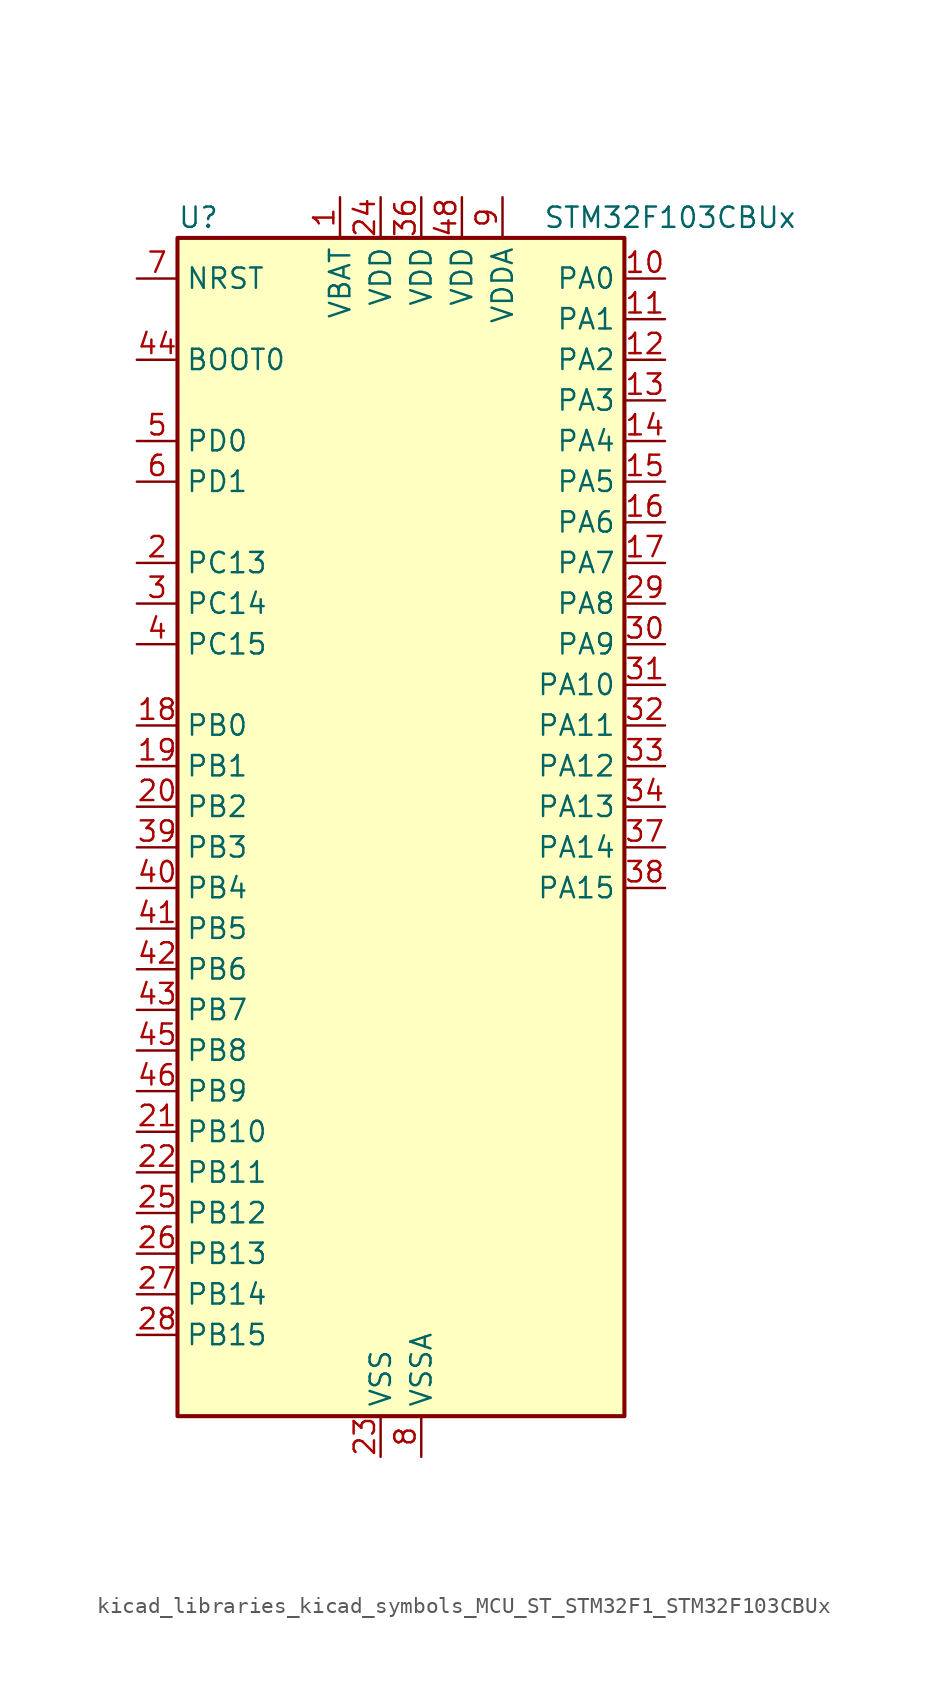
<source format=kicad_sym>
(kicad_symbol_lib
  (version 20220914)
  (generator kicad_symbol_editor)
  (symbol "kicad_libraries_kicad_symbols_MCU_ST_STM32F1_STM32F103CBUx"
    (property "Reference" "U"
      (at -12.7 39.37 0)
      (effects (font (size 1.27 1.27)) (justify left)))
    (property "Value" "STM32F103CBUx"
      (at 10.16 39.37 0)
      (effects (font (size 1.27 1.27)) (justify left)))
    (property "ki_locked" ""
      (at 0 0 0)
      (effects (font (size 1.27 1.27))))
    (symbol "kicad_libraries_kicad_symbols_MCU_ST_STM32F1_STM32F103CBUx_0_1"
      (rectangle (start -12.7 -35.56) (end 15.24 38.1) (stroke (width 0.254) (type default)) (fill (type background))))
    (symbol "kicad_libraries_kicad_symbols_MCU_ST_STM32F1_STM32F103CBUx_1_1"
      (pin power_in line (at -2.54 40.64 270) (length 2.54) (name "VBAT" (effects (font (size 1.27 1.27)))) (number "1" (effects (font (size 1.27 1.27)))))
      (pin bidirectional line (at 17.78 35.56 180) (length 2.54) (name "PA0" (effects (font (size 1.27 1.27)))) (number "10" (effects (font (size 1.27 1.27)))) (alternate "ADC1_IN0" bidirectional line) (alternate "ADC2_IN0" bidirectional line) (alternate "SYS_WKUP" bidirectional line) (alternate "TIM2_CH1" bidirectional line) (alternate "TIM2_ETR" bidirectional line) (alternate "USART2_CTS" bidirectional line))
      (pin bidirectional line (at 17.78 33.02 180) (length 2.54) (name "PA1" (effects (font (size 1.27 1.27)))) (number "11" (effects (font (size 1.27 1.27)))) (alternate "ADC1_IN1" bidirectional line) (alternate "ADC2_IN1" bidirectional line) (alternate "TIM2_CH2" bidirectional line) (alternate "USART2_RTS" bidirectional line))
      (pin bidirectional line (at 17.78 30.48 180) (length 2.54) (name "PA2" (effects (font (size 1.27 1.27)))) (number "12" (effects (font (size 1.27 1.27)))) (alternate "ADC1_IN2" bidirectional line) (alternate "ADC2_IN2" bidirectional line) (alternate "TIM2_CH3" bidirectional line) (alternate "USART2_TX" bidirectional line))
      (pin bidirectional line (at 17.78 27.94 180) (length 2.54) (name "PA3" (effects (font (size 1.27 1.27)))) (number "13" (effects (font (size 1.27 1.27)))) (alternate "ADC1_IN3" bidirectional line) (alternate "ADC2_IN3" bidirectional line) (alternate "TIM2_CH4" bidirectional line) (alternate "USART2_RX" bidirectional line))
      (pin bidirectional line (at 17.78 25.4 180) (length 2.54) (name "PA4" (effects (font (size 1.27 1.27)))) (number "14" (effects (font (size 1.27 1.27)))) (alternate "ADC1_IN4" bidirectional line) (alternate "ADC2_IN4" bidirectional line) (alternate "SPI1_NSS" bidirectional line) (alternate "USART2_CK" bidirectional line))
      (pin bidirectional line (at 17.78 22.86 180) (length 2.54) (name "PA5" (effects (font (size 1.27 1.27)))) (number "15" (effects (font (size 1.27 1.27)))) (alternate "ADC1_IN5" bidirectional line) (alternate "ADC2_IN5" bidirectional line) (alternate "SPI1_SCK" bidirectional line))
      (pin bidirectional line (at 17.78 20.32 180) (length 2.54) (name "PA6" (effects (font (size 1.27 1.27)))) (number "16" (effects (font (size 1.27 1.27)))) (alternate "ADC1_IN6" bidirectional line) (alternate "ADC2_IN6" bidirectional line) (alternate "SPI1_MISO" bidirectional line) (alternate "TIM1_BKIN" bidirectional line) (alternate "TIM3_CH1" bidirectional line))
      (pin bidirectional line (at 17.78 17.78 180) (length 2.54) (name "PA7" (effects (font (size 1.27 1.27)))) (number "17" (effects (font (size 1.27 1.27)))) (alternate "ADC1_IN7" bidirectional line) (alternate "ADC2_IN7" bidirectional line) (alternate "SPI1_MOSI" bidirectional line) (alternate "TIM1_CH1N" bidirectional line) (alternate "TIM3_CH2" bidirectional line))
      (pin bidirectional line (at -15.24 7.62 0) (length 2.54) (name "PB0" (effects (font (size 1.27 1.27)))) (number "18" (effects (font (size 1.27 1.27)))) (alternate "ADC1_IN8" bidirectional line) (alternate "ADC2_IN8" bidirectional line) (alternate "TIM1_CH2N" bidirectional line) (alternate "TIM3_CH3" bidirectional line))
      (pin bidirectional line (at -15.24 5.08 0) (length 2.54) (name "PB1" (effects (font (size 1.27 1.27)))) (number "19" (effects (font (size 1.27 1.27)))) (alternate "ADC1_IN9" bidirectional line) (alternate "ADC2_IN9" bidirectional line) (alternate "TIM1_CH3N" bidirectional line) (alternate "TIM3_CH4" bidirectional line))
      (pin bidirectional line (at -15.24 17.78 0) (length 2.54) (name "PC13" (effects (font (size 1.27 1.27)))) (number "2" (effects (font (size 1.27 1.27)))) (alternate "RTC_OUT" bidirectional line) (alternate "RTC_TAMPER" bidirectional line))
      (pin bidirectional line (at -15.24 2.54 0) (length 2.54) (name "PB2" (effects (font (size 1.27 1.27)))) (number "20" (effects (font (size 1.27 1.27)))))
      (pin bidirectional line (at -15.24 -17.78 0) (length 2.54) (name "PB10" (effects (font (size 1.27 1.27)))) (number "21" (effects (font (size 1.27 1.27)))) (alternate "I2C2_SCL" bidirectional line) (alternate "TIM2_CH3" bidirectional line) (alternate "USART3_TX" bidirectional line))
      (pin bidirectional line (at -15.24 -20.32 0) (length 2.54) (name "PB11" (effects (font (size 1.27 1.27)))) (number "22" (effects (font (size 1.27 1.27)))) (alternate "ADC1_EXTI11" bidirectional line) (alternate "ADC2_EXTI11" bidirectional line) (alternate "I2C2_SDA" bidirectional line) (alternate "TIM2_CH4" bidirectional line) (alternate "USART3_RX" bidirectional line))
      (pin power_in line (at 0 -38.1 90) (length 2.54) (name "VSS" (effects (font (size 1.27 1.27)))) (number "23" (effects (font (size 1.27 1.27)))))
      (pin power_in line (at 0 40.64 270) (length 2.54) (name "VDD" (effects (font (size 1.27 1.27)))) (number "24" (effects (font (size 1.27 1.27)))))
      (pin bidirectional line (at -15.24 -22.86 0) (length 2.54) (name "PB12" (effects (font (size 1.27 1.27)))) (number "25" (effects (font (size 1.27 1.27)))) (alternate "I2C2_SMBA" bidirectional line) (alternate "SPI2_NSS" bidirectional line) (alternate "TIM1_BKIN" bidirectional line) (alternate "USART3_CK" bidirectional line))
      (pin bidirectional line (at -15.24 -25.4 0) (length 2.54) (name "PB13" (effects (font (size 1.27 1.27)))) (number "26" (effects (font (size 1.27 1.27)))) (alternate "SPI2_SCK" bidirectional line) (alternate "TIM1_CH1N" bidirectional line) (alternate "USART3_CTS" bidirectional line))
      (pin bidirectional line (at -15.24 -27.94 0) (length 2.54) (name "PB14" (effects (font (size 1.27 1.27)))) (number "27" (effects (font (size 1.27 1.27)))) (alternate "SPI2_MISO" bidirectional line) (alternate "TIM1_CH2N" bidirectional line) (alternate "USART3_RTS" bidirectional line))
      (pin bidirectional line (at -15.24 -30.48 0) (length 2.54) (name "PB15" (effects (font (size 1.27 1.27)))) (number "28" (effects (font (size 1.27 1.27)))) (alternate "ADC1_EXTI15" bidirectional line) (alternate "ADC2_EXTI15" bidirectional line) (alternate "SPI2_MOSI" bidirectional line) (alternate "TIM1_CH3N" bidirectional line))
      (pin bidirectional line (at 17.78 15.24 180) (length 2.54) (name "PA8" (effects (font (size 1.27 1.27)))) (number "29" (effects (font (size 1.27 1.27)))) (alternate "RCC_MCO" bidirectional line) (alternate "TIM1_CH1" bidirectional line) (alternate "USART1_CK" bidirectional line))
      (pin bidirectional line (at -15.24 15.24 0) (length 2.54) (name "PC14" (effects (font (size 1.27 1.27)))) (number "3" (effects (font (size 1.27 1.27)))) (alternate "RCC_OSC32_IN" bidirectional line))
      (pin bidirectional line (at 17.78 12.7 180) (length 2.54) (name "PA9" (effects (font (size 1.27 1.27)))) (number "30" (effects (font (size 1.27 1.27)))) (alternate "TIM1_CH2" bidirectional line) (alternate "USART1_TX" bidirectional line))
      (pin bidirectional line (at 17.78 10.16 180) (length 2.54) (name "PA10" (effects (font (size 1.27 1.27)))) (number "31" (effects (font (size 1.27 1.27)))) (alternate "TIM1_CH3" bidirectional line) (alternate "USART1_RX" bidirectional line))
      (pin bidirectional line (at 17.78 7.62 180) (length 2.54) (name "PA11" (effects (font (size 1.27 1.27)))) (number "32" (effects (font (size 1.27 1.27)))) (alternate "ADC1_EXTI11" bidirectional line) (alternate "ADC2_EXTI11" bidirectional line) (alternate "CAN_RX" bidirectional line) (alternate "TIM1_CH4" bidirectional line) (alternate "USART1_CTS" bidirectional line) (alternate "USB_DM" bidirectional line))
      (pin bidirectional line (at 17.78 5.08 180) (length 2.54) (name "PA12" (effects (font (size 1.27 1.27)))) (number "33" (effects (font (size 1.27 1.27)))) (alternate "CAN_TX" bidirectional line) (alternate "TIM1_ETR" bidirectional line) (alternate "USART1_RTS" bidirectional line) (alternate "USB_DP" bidirectional line))
      (pin bidirectional line (at 17.78 2.54 180) (length 2.54) (name "PA13" (effects (font (size 1.27 1.27)))) (number "34" (effects (font (size 1.27 1.27)))) (alternate "SYS_JTMS-SWDIO" bidirectional line))
      (pin passive line (at 0 -38.1 90) (length 2.54) hide (name "VSS" (effects (font (size 1.27 1.27)))) (number "35" (effects (font (size 1.27 1.27)))))
      (pin power_in line (at 2.54 40.64 270) (length 2.54) (name "VDD" (effects (font (size 1.27 1.27)))) (number "36" (effects (font (size 1.27 1.27)))))
      (pin bidirectional line (at 17.78 0 180) (length 2.54) (name "PA14" (effects (font (size 1.27 1.27)))) (number "37" (effects (font (size 1.27 1.27)))) (alternate "SYS_JTCK-SWCLK" bidirectional line))
      (pin bidirectional line (at 17.78 -2.54 180) (length 2.54) (name "PA15" (effects (font (size 1.27 1.27)))) (number "38" (effects (font (size 1.27 1.27)))) (alternate "ADC1_EXTI15" bidirectional line) (alternate "ADC2_EXTI15" bidirectional line) (alternate "SPI1_NSS" bidirectional line) (alternate "SYS_JTDI" bidirectional line) (alternate "TIM2_CH1" bidirectional line) (alternate "TIM2_ETR" bidirectional line))
      (pin bidirectional line (at -15.24 0 0) (length 2.54) (name "PB3" (effects (font (size 1.27 1.27)))) (number "39" (effects (font (size 1.27 1.27)))) (alternate "SPI1_SCK" bidirectional line) (alternate "SYS_JTDO-TRACESWO" bidirectional line) (alternate "TIM2_CH2" bidirectional line))
      (pin bidirectional line (at -15.24 12.7 0) (length 2.54) (name "PC15" (effects (font (size 1.27 1.27)))) (number "4" (effects (font (size 1.27 1.27)))) (alternate "ADC1_EXTI15" bidirectional line) (alternate "ADC2_EXTI15" bidirectional line) (alternate "RCC_OSC32_OUT" bidirectional line))
      (pin bidirectional line (at -15.24 -2.54 0) (length 2.54) (name "PB4" (effects (font (size 1.27 1.27)))) (number "40" (effects (font (size 1.27 1.27)))) (alternate "SPI1_MISO" bidirectional line) (alternate "SYS_NJTRST" bidirectional line) (alternate "TIM3_CH1" bidirectional line))
      (pin bidirectional line (at -15.24 -5.08 0) (length 2.54) (name "PB5" (effects (font (size 1.27 1.27)))) (number "41" (effects (font (size 1.27 1.27)))) (alternate "I2C1_SMBA" bidirectional line) (alternate "SPI1_MOSI" bidirectional line) (alternate "TIM3_CH2" bidirectional line))
      (pin bidirectional line (at -15.24 -7.62 0) (length 2.54) (name "PB6" (effects (font (size 1.27 1.27)))) (number "42" (effects (font (size 1.27 1.27)))) (alternate "I2C1_SCL" bidirectional line) (alternate "TIM4_CH1" bidirectional line) (alternate "USART1_TX" bidirectional line))
      (pin bidirectional line (at -15.24 -10.16 0) (length 2.54) (name "PB7" (effects (font (size 1.27 1.27)))) (number "43" (effects (font (size 1.27 1.27)))) (alternate "I2C1_SDA" bidirectional line) (alternate "TIM4_CH2" bidirectional line) (alternate "USART1_RX" bidirectional line))
      (pin input line (at -15.24 30.48 0) (length 2.54) (name "BOOT0" (effects (font (size 1.27 1.27)))) (number "44" (effects (font (size 1.27 1.27)))))
      (pin bidirectional line (at -15.24 -12.7 0) (length 2.54) (name "PB8" (effects (font (size 1.27 1.27)))) (number "45" (effects (font (size 1.27 1.27)))) (alternate "CAN_RX" bidirectional line) (alternate "I2C1_SCL" bidirectional line) (alternate "TIM4_CH3" bidirectional line))
      (pin bidirectional line (at -15.24 -15.24 0) (length 2.54) (name "PB9" (effects (font (size 1.27 1.27)))) (number "46" (effects (font (size 1.27 1.27)))) (alternate "CAN_TX" bidirectional line) (alternate "I2C1_SDA" bidirectional line) (alternate "TIM4_CH4" bidirectional line))
      (pin passive line (at 0 -38.1 90) (length 2.54) hide (name "VSS" (effects (font (size 1.27 1.27)))) (number "47" (effects (font (size 1.27 1.27)))))
      (pin power_in line (at 5.08 40.64 270) (length 2.54) (name "VDD" (effects (font (size 1.27 1.27)))) (number "48" (effects (font (size 1.27 1.27)))))
      (pin passive line (at 0 -38.1 90) (length 2.54) hide (name "VSS" (effects (font (size 1.27 1.27)))) (number "49" (effects (font (size 1.27 1.27)))))
      (pin bidirectional line (at -15.24 25.4 0) (length 2.54) (name "PD0" (effects (font (size 1.27 1.27)))) (number "5" (effects (font (size 1.27 1.27)))) (alternate "RCC_OSC_IN" bidirectional line))
      (pin bidirectional line (at -15.24 22.86 0) (length 2.54) (name "PD1" (effects (font (size 1.27 1.27)))) (number "6" (effects (font (size 1.27 1.27)))) (alternate "RCC_OSC_OUT" bidirectional line))
      (pin input line (at -15.24 35.56 0) (length 2.54) (name "NRST" (effects (font (size 1.27 1.27)))) (number "7" (effects (font (size 1.27 1.27)))))
      (pin power_in line (at 2.54 -38.1 90) (length 2.54) (name "VSSA" (effects (font (size 1.27 1.27)))) (number "8" (effects (font (size 1.27 1.27)))))
      (pin power_in line (at 7.62 40.64 270) (length 2.54) (name "VDDA" (effects (font (size 1.27 1.27)))) (number "9" (effects (font (size 1.27 1.27))))))))
</source>
